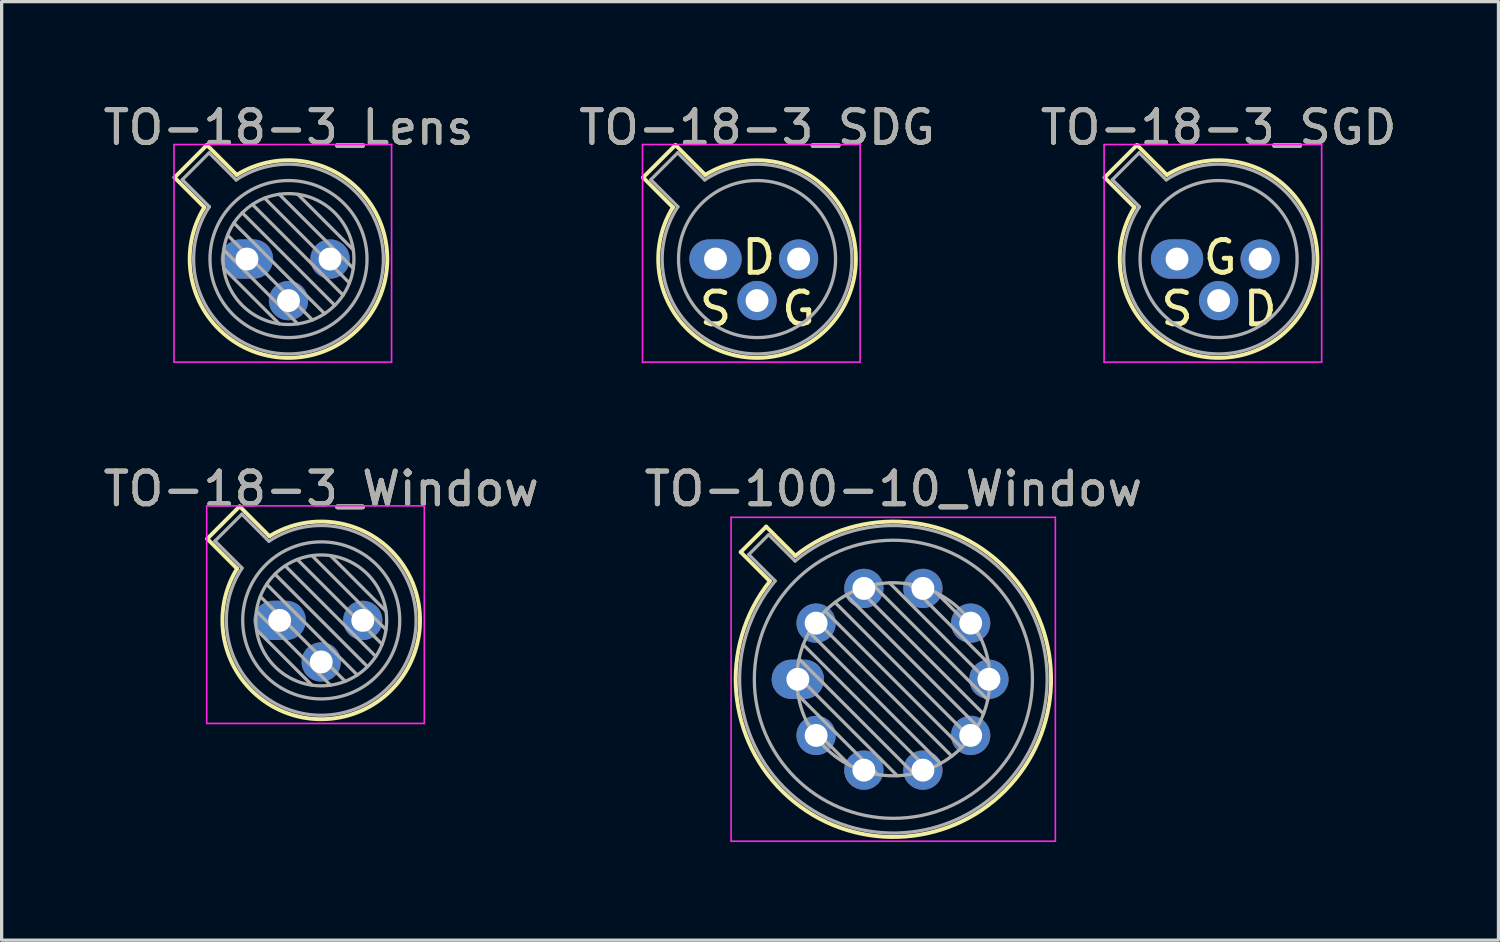
<source format=kicad_pcb>
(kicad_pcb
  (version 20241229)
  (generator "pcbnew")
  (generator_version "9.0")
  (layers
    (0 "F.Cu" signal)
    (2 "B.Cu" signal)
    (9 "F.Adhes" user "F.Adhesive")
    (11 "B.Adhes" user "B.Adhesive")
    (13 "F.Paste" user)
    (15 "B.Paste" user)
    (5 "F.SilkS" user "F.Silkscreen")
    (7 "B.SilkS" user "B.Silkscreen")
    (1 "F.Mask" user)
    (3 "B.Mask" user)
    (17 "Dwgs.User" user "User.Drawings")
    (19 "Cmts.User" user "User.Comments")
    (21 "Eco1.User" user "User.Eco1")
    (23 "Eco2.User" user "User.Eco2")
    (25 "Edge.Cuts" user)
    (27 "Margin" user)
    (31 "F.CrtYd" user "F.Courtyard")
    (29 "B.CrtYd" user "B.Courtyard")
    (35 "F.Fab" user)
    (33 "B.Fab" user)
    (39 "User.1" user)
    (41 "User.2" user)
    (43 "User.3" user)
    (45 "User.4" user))
  (footprint "TO-100-10_Window"
    (layer "F.Cu")
    (at 21.336 17.712)
    (property "Reference" "TO-100-10_Window" (at 2.92 -5.82 0) (layer "F.SilkS") (effects (font (size 1 1) (thickness 0.15))))
    (attr through_hole)
    (fp_line (start -1.746 -3.888) (end -0.855 -2.997) (stroke (width 0.12) (type solid)) (layer "F.SilkS"))
    (fp_line (start -0.968 -4.666) (end -1.746 -3.888) (stroke (width 0.12) (type solid)) (layer "F.SilkS"))
    (fp_line (start -0.077 -3.775) (end -0.968 -4.666) (stroke (width 0.12) (type solid)) (layer "F.SilkS"))
    (fp_arc (start -0.077084 -3.774902) (mid 6.328125 3.408384) (end -0.854674 -2.997371) (stroke (width 0.12) (type solid)) (layer "F.SilkS"))
    (fp_line (start -2.04 -4.95) (end -2.04 4.95) (stroke (width 0.05) (type solid)) (layer "F.CrtYd"))
    (fp_line (start -2.04 4.95) (end 7.87 4.95) (stroke (width 0.05) (type solid)) (layer "F.CrtYd"))
    (fp_line (start 7.87 -4.95) (end -2.04 -4.95) (stroke (width 0.05) (type solid)) (layer "F.CrtYd"))
    (fp_line (start 7.87 4.95) (end 7.87 -4.95) (stroke (width 0.05) (type solid)) (layer "F.CrtYd"))
    (fp_line (start -1.5 -3.812) (end -0.694 -3.005) (stroke (width 0.1) (type solid)) (layer "F.Fab"))
    (fp_line (start -0.892 -4.42) (end -1.5 -3.812) (stroke (width 0.1) (type solid)) (layer "F.Fab"))
    (fp_line (start -0.085 -3.614) (end -0.892 -4.42) (stroke (width 0.1) (type solid)) (layer "F.Fab"))
    (fp_line (start -0.028 -0.12) (end 3.04 2.948) (stroke (width 0.1) (type solid)) (layer "F.Fab"))
    (fp_line (start 0.009 0.485) (end 2.435 2.911) (stroke (width 0.1) (type solid)) (layer "F.Fab"))
    (fp_line (start 0.036 -0.622) (end 3.542 2.884) (stroke (width 0.1) (type solid)) (layer "F.Fab"))
    (fp_line (start 0.165 -1.058) (end 3.978 2.755) (stroke (width 0.1) (type solid)) (layer "F.Fab"))
    (fp_line (start 0.283 1.324) (end 1.596 2.637) (stroke (width 0.1) (type solid)) (layer "F.Fab"))
    (fp_line (start 0.346 -1.443) (end 4.363 2.574) (stroke (width 0.1) (type solid)) (layer "F.Fab"))
    (fp_line (start 0.57 -1.784) (end 4.704 2.35) (stroke (width 0.1) (type solid)) (layer "F.Fab"))
    (fp_line (start 0.834 -2.086) (end 5.006 2.086) (stroke (width 0.1) (type solid)) (layer "F.Fab"))
    (fp_line (start 1.136 -2.35) (end 5.27 1.784) (stroke (width 0.1) (type solid)) (layer "F.Fab"))
    (fp_line (start 1.477 -2.574) (end 5.494 1.443) (stroke (width 0.1) (type solid)) (layer "F.Fab"))
    (fp_line (start 1.862 -2.755) (end 5.675 1.058) (stroke (width 0.1) (type solid)) (layer "F.Fab"))
    (fp_line (start 2.298 -2.884) (end 5.804 0.622) (stroke (width 0.1) (type solid)) (layer "F.Fab"))
    (fp_line (start 2.8 -2.948) (end 5.868 0.12) (stroke (width 0.1) (type solid)) (layer "F.Fab"))
    (fp_line (start 3.405 -2.911) (end 5.831 -0.485) (stroke (width 0.1) (type solid)) (layer "F.Fab"))
    (fp_line (start 4.244 -2.637) (end 5.557 -1.324) (stroke (width 0.1) (type solid)) (layer "F.Fab"))
    (fp_arc (start -0.085408 -3.61352) (mid 6.243443 3.323361) (end -0.693594 -3.005319) (stroke (width 0.1) (type solid)) (layer "F.Fab"))
    (fp_circle (center 2.92 0) (end 5.87 0) (stroke (width 0.1) (type solid)) (fill no) (layer "F.Fab"))
    (fp_circle (center 2.92 0) (end 7.17 0) (stroke (width 0.1) (type solid)) (fill no) (layer "F.Fab"))
    (fp_text user "${REFERENCE}" (at 2.92 -5.82 0) (layer "F.Fab") (effects (font (size 1 1) (thickness 0.15))))
    (pad "1" thru_hole oval (at 0 0) (size 1.6 1.2) (drill 0.7) (layers "*.Cu" "*.Mask"))
    (pad "2" thru_hole oval (at 0.558 1.716) (size 1.2 1.2) (drill 0.7) (layers "*.Cu" "*.Mask"))
    (pad "3" thru_hole oval (at 2.018 2.777) (size 1.2 1.2) (drill 0.7) (layers "*.Cu" "*.Mask"))
    (pad "4" thru_hole oval (at 3.822 2.777) (size 1.2 1.2) (drill 0.7) (layers "*.Cu" "*.Mask"))
    (pad "5" thru_hole oval (at 5.282 1.716) (size 1.2 1.2) (drill 0.7) (layers "*.Cu" "*.Mask"))
    (pad "6" thru_hole oval (at 5.84 0) (size 1.2 1.2) (drill 0.7) (layers "*.Cu" "*.Mask"))
    (pad "7" thru_hole oval (at 5.282 -1.716) (size 1.2 1.2) (drill 0.7) (layers "*.Cu" "*.Mask"))
    (pad "8" thru_hole oval (at 3.822 -2.777) (size 1.2 1.2) (drill 0.7) (layers "*.Cu" "*.Mask"))
    (pad "9" thru_hole oval (at 2.018 -2.777) (size 1.2 1.2) (drill 0.7) (layers "*.Cu" "*.Mask"))
    (pad "10" thru_hole oval (at 0.558 -1.716) (size 1.2 1.2) (drill 0.7) (layers "*.Cu" "*.Mask")))
  (footprint "TO-18-3_Lens"
    (layer "F.Cu")
    (at 4.498 4.868)
    (property "Reference" "TO-18-3_Lens" (at 1.27 -4.02 0) (layer "F.SilkS") (effects (font (size 1 1) (thickness 0.15))))
    (attr through_hole)
    (fp_line (start -2.214 -2.494) (end -1.302 -1.582) (stroke (width 0.12) (type solid)) (layer "F.SilkS"))
    (fp_line (start -1.224 -3.484) (end -2.214 -2.494) (stroke (width 0.12) (type solid)) (layer "F.SilkS"))
    (fp_line (start -0.312 -2.572) (end -1.224 -3.484) (stroke (width 0.12) (type solid)) (layer "F.SilkS"))
    (fp_arc (start -0.312331 -2.572281) (mid 3.405374 2.135551) (end -1.30215 -1.582544) (stroke (width 0.12) (type solid)) (layer "F.SilkS"))
    (fp_line (start -2.23 -3.5) (end -2.23 3.15) (stroke (width 0.05) (type solid)) (layer "F.CrtYd"))
    (fp_line (start -2.23 3.15) (end 4.42 3.15) (stroke (width 0.05) (type solid)) (layer "F.CrtYd"))
    (fp_line (start 4.42 -3.5) (end -2.23 -3.5) (stroke (width 0.05) (type solid)) (layer "F.CrtYd"))
    (fp_line (start 4.42 3.15) (end 4.42 -3.5) (stroke (width 0.05) (type solid)) (layer "F.CrtYd"))
    (fp_line (start -1.977 -2.426) (end -1.149 -1.599) (stroke (width 0.1) (type solid)) (layer "F.Fab"))
    (fp_line (start -1.156 -3.247) (end -1.977 -2.426) (stroke (width 0.1) (type solid)) (layer "F.Fab"))
    (fp_line (start -0.71 -0.283) (end 1.553 1.98) (stroke (width 0.1) (type solid)) (layer "F.Fab"))
    (fp_line (start -0.71 0.283) (end 0.987 1.98) (stroke (width 0.1) (type solid)) (layer "F.Fab"))
    (fp_line (start -0.592 -0.731) (end 2.001 1.862) (stroke (width 0.1) (type solid)) (layer "F.Fab"))
    (fp_line (start -0.399 -1.103) (end 2.373 1.669) (stroke (width 0.1) (type solid)) (layer "F.Fab"))
    (fp_line (start -0.329 -2.419) (end -1.156 -3.247) (stroke (width 0.1) (type solid)) (layer "F.Fab"))
    (fp_line (start -0.145 -1.415) (end 2.685 1.415) (stroke (width 0.1) (type solid)) (layer "F.Fab"))
    (fp_line (start 0.167 -1.669) (end 2.939 1.103) (stroke (width 0.1) (type solid)) (layer "F.Fab"))
    (fp_line (start 0.539 -1.862) (end 3.132 0.731) (stroke (width 0.1) (type solid)) (layer "F.Fab"))
    (fp_line (start 0.987 -1.98) (end 3.25 0.283) (stroke (width 0.1) (type solid)) (layer "F.Fab"))
    (fp_line (start 1.553 -1.98) (end 3.25 -0.283) (stroke (width 0.1) (type solid)) (layer "F.Fab"))
    (fp_arc (start -0.329057 -2.419301) (mid 3.321076 2.050143) (end -1.150029 -1.597956) (stroke (width 0.1) (type solid)) (layer "F.Fab"))
    (fp_circle (center 1.27 0) (end 3.27 0) (stroke (width 0.1) (type solid)) (fill no) (layer "F.Fab"))
    (fp_circle (center 1.27 0) (end 3.67 0) (stroke (width 0.1) (type solid)) (fill no) (layer "F.Fab"))
    (fp_text user "${REFERENCE}" (at 1.27 -4.02 0) (layer "F.Fab") (effects (font (size 1 1) (thickness 0.15))))
    (pad "1" thru_hole oval (at 0 0) (size 1.6 1.2) (drill 0.7) (layers "*.Cu" "*.Mask"))
    (pad "2" thru_hole oval (at 1.27 1.27) (size 1.2 1.2) (drill 0.7) (layers "*.Cu" "*.Mask"))
    (pad "3" thru_hole oval (at 2.54 0) (size 1.2 1.2) (drill 0.7) (layers "*.Cu" "*.Mask")))
  (footprint "TO-18-3_SDG"
    (layer "F.Cu")
    (at 18.819 4.868)
    (property "Reference" "TO-18-3_SDG" (at 1.27 -4.02 0) (layer "F.SilkS") (effects (font (size 1 1) (thickness 0.15))))
    (fp_line (start -2.214 -2.494) (end -1.302 -1.582) (stroke (width 0.12) (type solid)) (layer "F.SilkS"))
    (fp_line (start -1.224 -3.484) (end -2.214 -2.494) (stroke (width 0.12) (type solid)) (layer "F.SilkS"))
    (fp_line (start -0.312 -2.572) (end -1.224 -3.484) (stroke (width 0.12) (type solid)) (layer "F.SilkS"))
    (fp_arc (start -0.312331 -2.572281) (mid 3.405374 2.135551) (end -1.30215 -1.582544) (stroke (width 0.12) (type solid)) (layer "F.SilkS"))
    (fp_line (start -2.23 -3.5) (end -2.23 3.15) (stroke (width 0.05) (type solid)) (layer "F.CrtYd"))
    (fp_line (start -2.23 3.15) (end 4.42 3.15) (stroke (width 0.05) (type solid)) (layer "F.CrtYd"))
    (fp_line (start 4.42 -3.5) (end -2.23 -3.5) (stroke (width 0.05) (type solid)) (layer "F.CrtYd"))
    (fp_line (start 4.42 3.15) (end 4.42 -3.5) (stroke (width 0.05) (type solid)) (layer "F.CrtYd"))
    (fp_line (start -1.977 -2.426) (end -1.149 -1.599) (stroke (width 0.1) (type solid)) (layer "F.Fab"))
    (fp_line (start -1.156 -3.247) (end -1.977 -2.426) (stroke (width 0.1) (type solid)) (layer "F.Fab"))
    (fp_line (start -0.329 -2.419) (end -1.156 -3.247) (stroke (width 0.1) (type solid)) (layer "F.Fab"))
    (fp_arc (start -0.329057 -2.419301) (mid 3.321076 2.050143) (end -1.150029 -1.597956) (stroke (width 0.1) (type solid)) (layer "F.Fab"))
    (fp_circle (center 1.27 0) (end 3.67 0) (stroke (width 0.1) (type solid)) (fill no) (layer "F.Fab"))
    (fp_text user "D" (at 1.321 -0.051 0) (unlocked yes) (layer "F.SilkS") (effects (font (size 1 1) (thickness 0.15))))
    (fp_text user "G" (at 2.54 1.524 0) (unlocked yes) (layer "F.SilkS") (effects (font (size 1 1) (thickness 0.15))))
    (fp_text user "S" (at 0 1.524 0) (unlocked yes) (layer "F.SilkS") (effects (font (size 1 1) (thickness 0.15))))
    (fp_text user "${REFERENCE}" (at 1.27 -4.02 0) (layer "F.Fab") (effects (font (size 1 1) (thickness 0.15))))
    (pad "1" thru_hole oval (at 0 0) (size 1.6 1.2) (drill 0.7) (layers "*.Cu" "*.Mask"))
    (pad "2" thru_hole oval (at 1.27 1.27) (size 1.2 1.2) (drill 0.7) (layers "*.Cu" "*.Mask"))
    (pad "3" thru_hole oval (at 2.54 0) (size 1.2 1.2) (drill 0.7) (layers "*.Cu" "*.Mask")))
  (footprint "TO-18-3_SGD"
    (layer "F.Cu")
    (at 32.926 4.868)
    (property "Reference" "TO-18-3_SGD" (at 1.27 -4.02 0) (layer "F.SilkS") (effects (font (size 1 1) (thickness 0.15))))
    (fp_line (start -2.214 -2.494) (end -1.302 -1.582) (stroke (width 0.12) (type solid)) (layer "F.SilkS"))
    (fp_line (start -1.224 -3.484) (end -2.214 -2.494) (stroke (width 0.12) (type solid)) (layer "F.SilkS"))
    (fp_line (start -0.312 -2.572) (end -1.224 -3.484) (stroke (width 0.12) (type solid)) (layer "F.SilkS"))
    (fp_arc (start -0.312331 -2.572281) (mid 3.405374 2.135551) (end -1.30215 -1.582544) (stroke (width 0.12) (type solid)) (layer "F.SilkS"))
    (fp_line (start -2.23 -3.5) (end -2.23 3.15) (stroke (width 0.05) (type solid)) (layer "F.CrtYd"))
    (fp_line (start -2.23 3.15) (end 4.42 3.15) (stroke (width 0.05) (type solid)) (layer "F.CrtYd"))
    (fp_line (start 4.42 -3.5) (end -2.23 -3.5) (stroke (width 0.05) (type solid)) (layer "F.CrtYd"))
    (fp_line (start 4.42 3.15) (end 4.42 -3.5) (stroke (width 0.05) (type solid)) (layer "F.CrtYd"))
    (fp_line (start -1.977 -2.426) (end -1.149 -1.599) (stroke (width 0.1) (type solid)) (layer "F.Fab"))
    (fp_line (start -1.156 -3.247) (end -1.977 -2.426) (stroke (width 0.1) (type solid)) (layer "F.Fab"))
    (fp_line (start -0.329 -2.419) (end -1.156 -3.247) (stroke (width 0.1) (type solid)) (layer "F.Fab"))
    (fp_arc (start -0.329057 -2.419301) (mid 3.321076 2.050143) (end -1.150029 -1.597956) (stroke (width 0.1) (type solid)) (layer "F.Fab"))
    (fp_circle (center 1.27 0) (end 3.67 0) (stroke (width 0.1) (type solid)) (fill no) (layer "F.Fab"))
    (fp_text user "D" (at 2.54 1.524 0) (unlocked yes) (layer "F.SilkS") (effects (font (size 1 1) (thickness 0.15))))
    (fp_text user "G" (at 1.321 -0.051 0) (unlocked yes) (layer "F.SilkS") (effects (font (size 1 1) (thickness 0.15))))
    (fp_text user "S" (at 0 1.524 0) (unlocked yes) (layer "F.SilkS") (effects (font (size 1 1) (thickness 0.15))))
    (fp_text user "${REFERENCE}" (at 1.27 -4.02 0) (layer "F.Fab") (effects (font (size 1 1) (thickness 0.15))))
    (pad "1" thru_hole oval (at 0 0) (size 1.6 1.2) (drill 0.7) (layers "*.Cu" "*.Mask"))
    (pad "2" thru_hole oval (at 1.27 1.27) (size 1.2 1.2) (drill 0.7) (layers "*.Cu" "*.Mask"))
    (pad "3" thru_hole oval (at 2.54 0) (size 1.2 1.2) (drill 0.7) (layers "*.Cu" "*.Mask")))
  (footprint "TO-18-3_Window"
    (layer "F.Cu")
    (at 5.498 15.912)
    (property "Reference" "TO-18-3_Window" (at 1.27 -4.02 0) (layer "F.SilkS") (effects (font (size 1 1) (thickness 0.15))))
    (attr through_hole)
    (fp_line (start -2.214 -2.494) (end -1.302 -1.582) (stroke (width 0.12) (type solid)) (layer "F.SilkS"))
    (fp_line (start -1.224 -3.484) (end -2.214 -2.494) (stroke (width 0.12) (type solid)) (layer "F.SilkS"))
    (fp_line (start -0.312 -2.572) (end -1.224 -3.484) (stroke (width 0.12) (type solid)) (layer "F.SilkS"))
    (fp_arc (start -0.312331 -2.572281) (mid 3.405374 2.135551) (end -1.30215 -1.582544) (stroke (width 0.12) (type solid)) (layer "F.SilkS"))
    (fp_line (start -2.23 -3.5) (end -2.23 3.15) (stroke (width 0.05) (type solid)) (layer "F.CrtYd"))
    (fp_line (start -2.23 3.15) (end 4.42 3.15) (stroke (width 0.05) (type solid)) (layer "F.CrtYd"))
    (fp_line (start 4.42 -3.5) (end -2.23 -3.5) (stroke (width 0.05) (type solid)) (layer "F.CrtYd"))
    (fp_line (start 4.42 3.15) (end 4.42 -3.5) (stroke (width 0.05) (type solid)) (layer "F.CrtYd"))
    (fp_line (start -1.977 -2.426) (end -1.149 -1.599) (stroke (width 0.1) (type solid)) (layer "F.Fab"))
    (fp_line (start -1.156 -3.247) (end -1.977 -2.426) (stroke (width 0.1) (type solid)) (layer "F.Fab"))
    (fp_line (start -0.71 -0.283) (end 1.553 1.98) (stroke (width 0.1) (type solid)) (layer "F.Fab"))
    (fp_line (start -0.71 0.283) (end 0.987 1.98) (stroke (width 0.1) (type solid)) (layer "F.Fab"))
    (fp_line (start -0.592 -0.731) (end 2.001 1.862) (stroke (width 0.1) (type solid)) (layer "F.Fab"))
    (fp_line (start -0.399 -1.103) (end 2.373 1.669) (stroke (width 0.1) (type solid)) (layer "F.Fab"))
    (fp_line (start -0.329 -2.419) (end -1.156 -3.247) (stroke (width 0.1) (type solid)) (layer "F.Fab"))
    (fp_line (start -0.145 -1.415) (end 2.685 1.415) (stroke (width 0.1) (type solid)) (layer "F.Fab"))
    (fp_line (start 0.167 -1.669) (end 2.939 1.103) (stroke (width 0.1) (type solid)) (layer "F.Fab"))
    (fp_line (start 0.539 -1.862) (end 3.132 0.731) (stroke (width 0.1) (type solid)) (layer "F.Fab"))
    (fp_line (start 0.987 -1.98) (end 3.25 0.283) (stroke (width 0.1) (type solid)) (layer "F.Fab"))
    (fp_line (start 1.553 -1.98) (end 3.25 -0.283) (stroke (width 0.1) (type solid)) (layer "F.Fab"))
    (fp_arc (start -0.329057 -2.419301) (mid 3.321076 2.050143) (end -1.150029 -1.597956) (stroke (width 0.1) (type solid)) (layer "F.Fab"))
    (fp_circle (center 1.27 0) (end 3.27 0) (stroke (width 0.1) (type solid)) (fill no) (layer "F.Fab"))
    (fp_circle (center 1.27 0) (end 3.67 0) (stroke (width 0.1) (type solid)) (fill no) (layer "F.Fab"))
    (fp_text user "${REFERENCE}" (at 1.27 -4.02 0) (layer "F.Fab") (effects (font (size 1 1) (thickness 0.15))))
    (pad "1" thru_hole oval (at 0 0) (size 1.6 1.2) (drill 0.7) (layers "*.Cu" "*.Mask"))
    (pad "2" thru_hole oval (at 1.27 1.27) (size 1.2 1.2) (drill 0.7) (layers "*.Cu" "*.Mask"))
    (pad "3" thru_hole oval (at 2.54 0) (size 1.2 1.2) (drill 0.7) (layers "*.Cu" "*.Mask")))
  (gr_rect
    (start -3 -3)
    (end 42.75 25.686)
    (stroke (width 0.1) (type default))
    (fill no)
    (layer "Edge.Cuts")))
</source>
